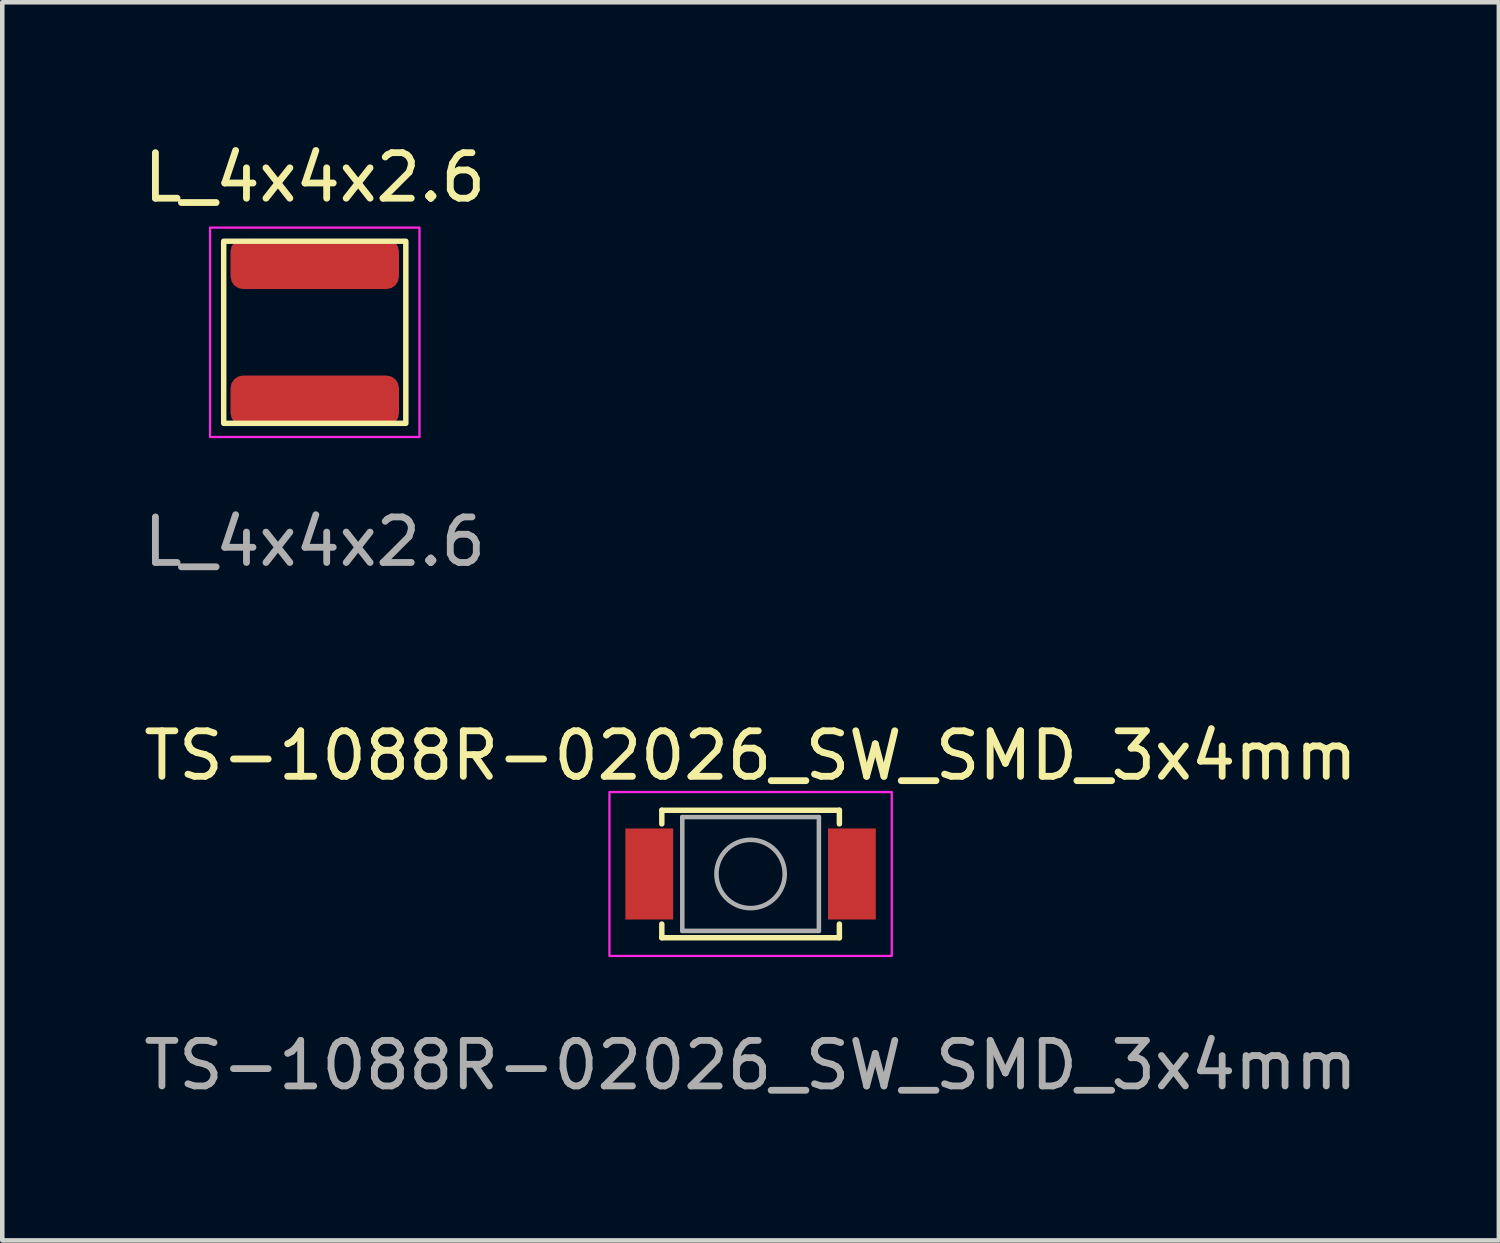
<source format=kicad_pcb>
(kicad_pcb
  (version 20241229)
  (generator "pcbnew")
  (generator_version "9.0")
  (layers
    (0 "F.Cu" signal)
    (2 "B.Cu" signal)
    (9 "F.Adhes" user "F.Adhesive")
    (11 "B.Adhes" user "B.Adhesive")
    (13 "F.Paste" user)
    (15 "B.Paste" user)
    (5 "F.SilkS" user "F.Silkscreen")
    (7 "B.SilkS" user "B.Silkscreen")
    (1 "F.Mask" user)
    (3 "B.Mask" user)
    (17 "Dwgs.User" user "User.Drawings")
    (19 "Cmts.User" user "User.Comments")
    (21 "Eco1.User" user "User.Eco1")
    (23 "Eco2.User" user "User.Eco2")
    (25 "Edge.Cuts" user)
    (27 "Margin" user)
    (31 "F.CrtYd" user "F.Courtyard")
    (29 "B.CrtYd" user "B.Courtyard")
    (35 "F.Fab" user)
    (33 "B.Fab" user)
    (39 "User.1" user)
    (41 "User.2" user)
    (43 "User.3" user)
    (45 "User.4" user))
  (footprint "L_4x4x2.6"
    (layer "F.Cu")
    (at 3.863 4.248)
    (property "Reference" "L_4x4x2.6" (at 0 -3.4 0) (unlocked yes) (layer "F.SilkS") (effects (font (size 1 1) (thickness 0.15))))
    (attr smd)
    (fp_rect (start -2 -2) (end 2 2) (stroke (width 0.12) (type default)) (fill no) (layer "F.SilkS"))
    (fp_rect (start -2.3 -2.3) (end 2.3 2.3) (stroke (width 0.05) (type default)) (fill no) (layer "F.CrtYd"))
    (fp_text user "${REFERENCE}" (at 0 4.6 0) (unlocked yes) (layer "F.Fab") (effects (font (size 1 1) (thickness 0.15))))
    (pad "1" smd roundrect (at 0 -1.5) (size 3.7 1.1) (layers "F.Cu" "F.Mask" "F.Paste") (roundrect_rratio 0.25))
    (pad "2" smd roundrect (at 0 1.5) (size 3.7 1.1) (layers "F.Cu" "F.Mask" "F.Paste") (roundrect_rratio 0.25)))
  (footprint "TS-1088R-02026_SW_SMD_3x4mm"
    (layer "F.Cu")
    (at 13.435 16.145)
    (property "Reference" "TS-1088R-02026_SW_SMD_3x4mm" (at 0 -2.6 0) (unlocked yes) (layer "F.SilkS") (effects (font (size 1 1) (thickness 0.15))))
    (attr smd)
    (fp_line (start -1.95 -1.4) (end 1.95 -1.4) (stroke (width 0.12) (type solid)) (layer "F.SilkS"))
    (fp_line (start -1.95 -1.1) (end -1.95 -1.4) (stroke (width 0.12) (type solid)) (layer "F.SilkS"))
    (fp_line (start -1.95 1.1) (end -1.95 1.4) (stroke (width 0.12) (type solid)) (layer "F.SilkS"))
    (fp_line (start -1.95 1.4) (end 1.95 1.4) (stroke (width 0.12) (type solid)) (layer "F.SilkS"))
    (fp_line (start 1.95 -1.4) (end 1.95 -1.1) (stroke (width 0.12) (type solid)) (layer "F.SilkS"))
    (fp_line (start 1.95 1.4) (end 1.95 1.1) (stroke (width 0.12) (type solid)) (layer "F.SilkS"))
    (fp_rect (start -3.1 -1.8) (end 3.1 1.8) (stroke (width 0.05) (type default)) (fill no) (layer "F.CrtYd"))
    (fp_line (start -1.5 -1.25) (end 1.5 -1.25) (stroke (width 0.1) (type solid)) (layer "F.Fab"))
    (fp_line (start -1.5 1.25) (end -1.5 -1.25) (stroke (width 0.1) (type solid)) (layer "F.Fab"))
    (fp_line (start 1.5 -1.25) (end 1.5 1.25) (stroke (width 0.1) (type solid)) (layer "F.Fab"))
    (fp_line (start 1.5 1.25) (end -1.5 1.25) (stroke (width 0.1) (type solid)) (layer "F.Fab"))
    (fp_circle (center 0 0) (end 0.75 0) (stroke (width 0.1) (type solid)) (fill no) (layer "F.Fab"))
    (fp_text user "${REFERENCE}" (at 0 4.2 0) (unlocked yes) (layer "F.Fab") (effects (font (size 1 1) (thickness 0.15))))
    (pad "1" smd rect (at -2.225 0) (size 1.05 2) (layers "F.Cu" "F.Mask" "F.Paste"))
    (pad "2" smd rect (at 2.225 0) (size 1.05 2) (layers "F.Cu" "F.Mask" "F.Paste")))
  (gr_rect
    (start -3 -3)
    (end 29.869 24.193)
    (stroke (width 0.1) (type default))
    (fill no)
    (layer "Edge.Cuts")))
</source>
